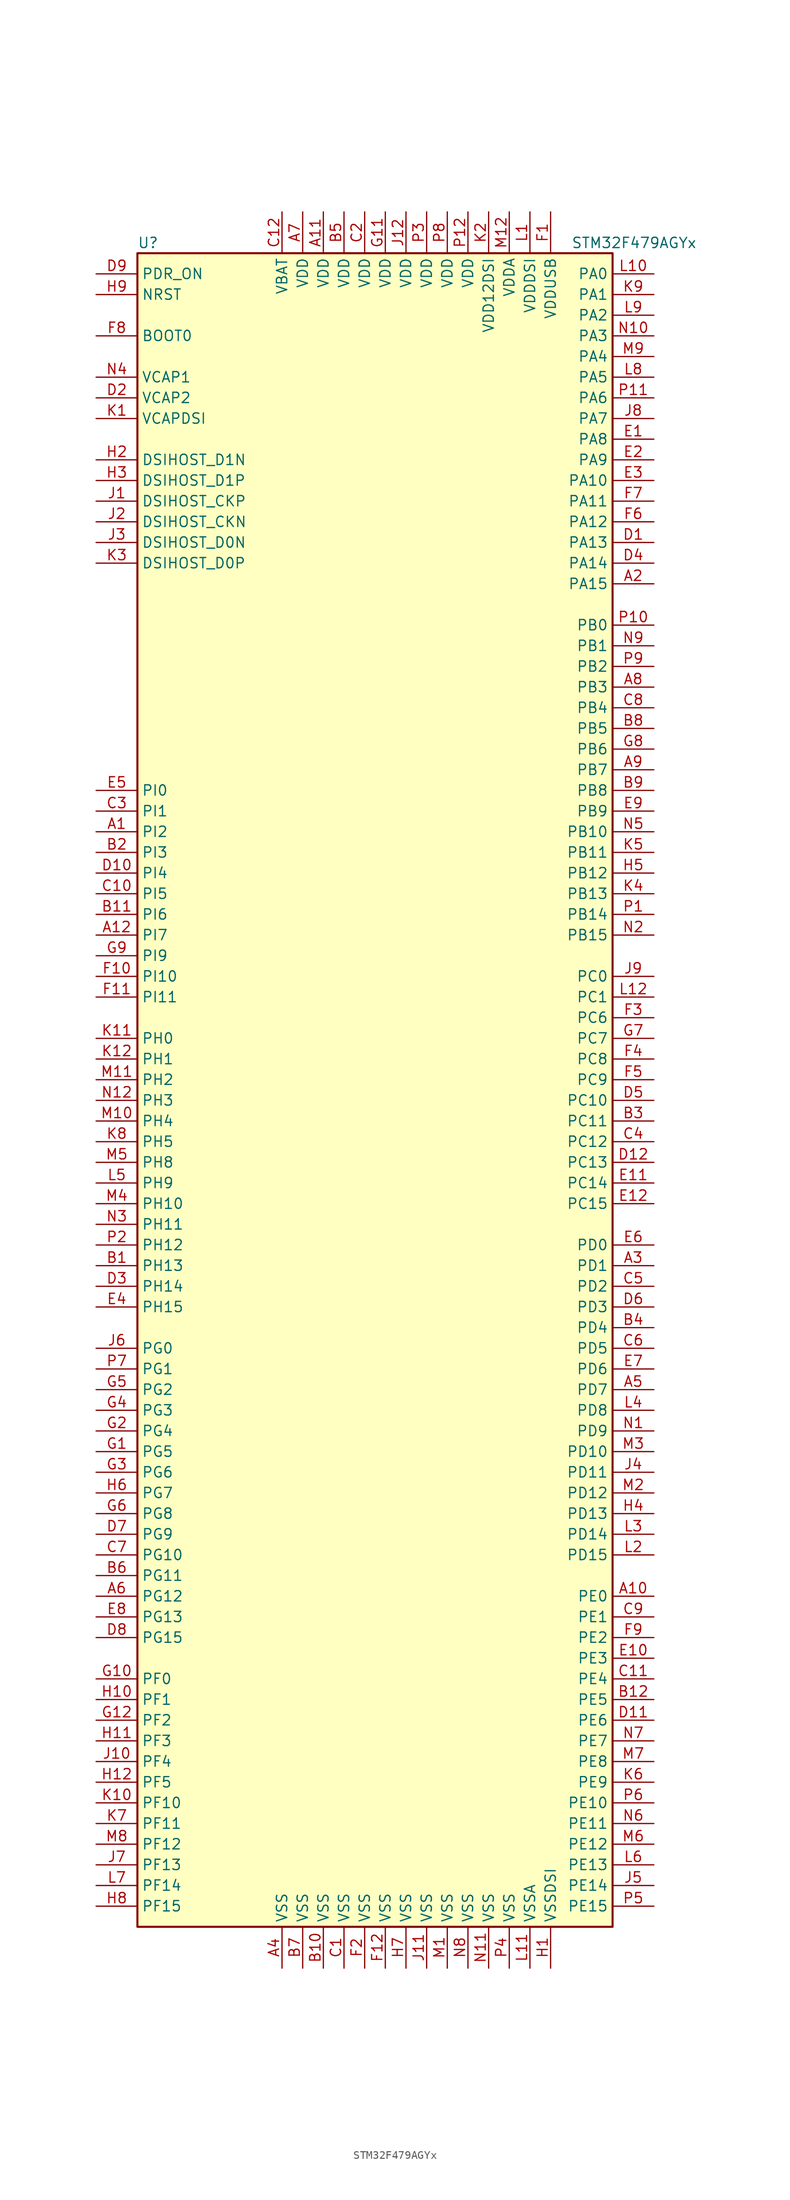
<source format=kicad_sym>
(kicad_symbol_lib
  (version 20201005)
  (generator kicad_symbol_editor)
  (symbol "MCU_ST_STM32F4:STM32F479AGYx"
    (property "Reference" "U"
      (at -30.48 102.87 0)
      (effects (font (size 1.27 1.27)) (justify left)))
    (property "Value" "STM32F479AGYx"
      (at 22.86 102.87 0)
      (effects (font (size 1.27 1.27)) (justify left)))
    (symbol "STM32F479AGYx_0_1"
      (rectangle (start -30.48 -104.14) (end 27.94 101.6) (stroke (width 0.254)) (fill (type background))))
    (symbol "STM32F479AGYx_1_1"
      (pin input line (at -35.56 91.44 0) (length 5.08) (name "BOOT0" (effects (font (size 1.27 1.27)))) (number "F8" (effects (font (size 1.27 1.27)))))
      (pin bidirectional line (at -35.56 68.58 0) (length 5.08) (name "DSIHOST_CKN" (effects (font (size 1.27 1.27)))) (number "J2" (effects (font (size 1.27 1.27)))))
      (pin bidirectional line (at -35.56 71.12 0) (length 5.08) (name "DSIHOST_CKP" (effects (font (size 1.27 1.27)))) (number "J1" (effects (font (size 1.27 1.27)))))
      (pin bidirectional line (at -35.56 66.04 0) (length 5.08) (name "DSIHOST_D0N" (effects (font (size 1.27 1.27)))) (number "J3" (effects (font (size 1.27 1.27)))))
      (pin bidirectional line (at -35.56 63.5 0) (length 5.08) (name "DSIHOST_D0P" (effects (font (size 1.27 1.27)))) (number "K3" (effects (font (size 1.27 1.27)))))
      (pin bidirectional line (at -35.56 76.2 0) (length 5.08) (name "DSIHOST_D1N" (effects (font (size 1.27 1.27)))) (number "H2" (effects (font (size 1.27 1.27)))))
      (pin bidirectional line (at -35.56 73.66 0) (length 5.08) (name "DSIHOST_D1P" (effects (font (size 1.27 1.27)))) (number "H3" (effects (font (size 1.27 1.27)))))
      (pin input line (at -35.56 96.52 0) (length 5.08) (name "NRST" (effects (font (size 1.27 1.27)))) (number "H9" (effects (font (size 1.27 1.27)))))
      (pin bidirectional line (at 33.02 99.06 180) (length 5.08) (name "PA0" (effects (font (size 1.27 1.27)))) (number "L10" (effects (font (size 1.27 1.27)))))
      (pin bidirectional line (at 33.02 96.52 180) (length 5.08) (name "PA1" (effects (font (size 1.27 1.27)))) (number "K9" (effects (font (size 1.27 1.27)))))
      (pin bidirectional line (at 33.02 73.66 180) (length 5.08) (name "PA10" (effects (font (size 1.27 1.27)))) (number "E3" (effects (font (size 1.27 1.27)))))
      (pin bidirectional line (at 33.02 71.12 180) (length 5.08) (name "PA11" (effects (font (size 1.27 1.27)))) (number "F7" (effects (font (size 1.27 1.27)))))
      (pin bidirectional line (at 33.02 68.58 180) (length 5.08) (name "PA12" (effects (font (size 1.27 1.27)))) (number "F6" (effects (font (size 1.27 1.27)))))
      (pin bidirectional line (at 33.02 66.04 180) (length 5.08) (name "PA13" (effects (font (size 1.27 1.27)))) (number "D1" (effects (font (size 1.27 1.27)))))
      (pin bidirectional line (at 33.02 63.5 180) (length 5.08) (name "PA14" (effects (font (size 1.27 1.27)))) (number "D4" (effects (font (size 1.27 1.27)))))
      (pin bidirectional line (at 33.02 60.96 180) (length 5.08) (name "PA15" (effects (font (size 1.27 1.27)))) (number "A2" (effects (font (size 1.27 1.27)))))
      (pin bidirectional line (at 33.02 93.98 180) (length 5.08) (name "PA2" (effects (font (size 1.27 1.27)))) (number "L9" (effects (font (size 1.27 1.27)))))
      (pin bidirectional line (at 33.02 91.44 180) (length 5.08) (name "PA3" (effects (font (size 1.27 1.27)))) (number "N10" (effects (font (size 1.27 1.27)))))
      (pin bidirectional line (at 33.02 88.9 180) (length 5.08) (name "PA4" (effects (font (size 1.27 1.27)))) (number "M9" (effects (font (size 1.27 1.27)))))
      (pin bidirectional line (at 33.02 86.36 180) (length 5.08) (name "PA5" (effects (font (size 1.27 1.27)))) (number "L8" (effects (font (size 1.27 1.27)))))
      (pin bidirectional line (at 33.02 83.82 180) (length 5.08) (name "PA6" (effects (font (size 1.27 1.27)))) (number "P11" (effects (font (size 1.27 1.27)))))
      (pin bidirectional line (at 33.02 81.28 180) (length 5.08) (name "PA7" (effects (font (size 1.27 1.27)))) (number "J8" (effects (font (size 1.27 1.27)))))
      (pin bidirectional line (at 33.02 78.74 180) (length 5.08) (name "PA8" (effects (font (size 1.27 1.27)))) (number "E1" (effects (font (size 1.27 1.27)))))
      (pin bidirectional line (at 33.02 76.2 180) (length 5.08) (name "PA9" (effects (font (size 1.27 1.27)))) (number "E2" (effects (font (size 1.27 1.27)))))
      (pin bidirectional line (at 33.02 55.88 180) (length 5.08) (name "PB0" (effects (font (size 1.27 1.27)))) (number "P10" (effects (font (size 1.27 1.27)))))
      (pin bidirectional line (at 33.02 53.34 180) (length 5.08) (name "PB1" (effects (font (size 1.27 1.27)))) (number "N9" (effects (font (size 1.27 1.27)))))
      (pin bidirectional line (at 33.02 30.48 180) (length 5.08) (name "PB10" (effects (font (size 1.27 1.27)))) (number "N5" (effects (font (size 1.27 1.27)))))
      (pin bidirectional line (at 33.02 27.94 180) (length 5.08) (name "PB11" (effects (font (size 1.27 1.27)))) (number "K5" (effects (font (size 1.27 1.27)))))
      (pin bidirectional line (at 33.02 25.4 180) (length 5.08) (name "PB12" (effects (font (size 1.27 1.27)))) (number "H5" (effects (font (size 1.27 1.27)))))
      (pin bidirectional line (at 33.02 22.86 180) (length 5.08) (name "PB13" (effects (font (size 1.27 1.27)))) (number "K4" (effects (font (size 1.27 1.27)))))
      (pin bidirectional line (at 33.02 20.32 180) (length 5.08) (name "PB14" (effects (font (size 1.27 1.27)))) (number "P1" (effects (font (size 1.27 1.27)))))
      (pin bidirectional line (at 33.02 17.78 180) (length 5.08) (name "PB15" (effects (font (size 1.27 1.27)))) (number "N2" (effects (font (size 1.27 1.27)))))
      (pin bidirectional line (at 33.02 50.8 180) (length 5.08) (name "PB2" (effects (font (size 1.27 1.27)))) (number "P9" (effects (font (size 1.27 1.27)))))
      (pin bidirectional line (at 33.02 48.26 180) (length 5.08) (name "PB3" (effects (font (size 1.27 1.27)))) (number "A8" (effects (font (size 1.27 1.27)))))
      (pin bidirectional line (at 33.02 45.72 180) (length 5.08) (name "PB4" (effects (font (size 1.27 1.27)))) (number "C8" (effects (font (size 1.27 1.27)))))
      (pin bidirectional line (at 33.02 43.18 180) (length 5.08) (name "PB5" (effects (font (size 1.27 1.27)))) (number "B8" (effects (font (size 1.27 1.27)))))
      (pin bidirectional line (at 33.02 40.64 180) (length 5.08) (name "PB6" (effects (font (size 1.27 1.27)))) (number "G8" (effects (font (size 1.27 1.27)))))
      (pin bidirectional line (at 33.02 38.1 180) (length 5.08) (name "PB7" (effects (font (size 1.27 1.27)))) (number "A9" (effects (font (size 1.27 1.27)))))
      (pin bidirectional line (at 33.02 35.56 180) (length 5.08) (name "PB8" (effects (font (size 1.27 1.27)))) (number "B9" (effects (font (size 1.27 1.27)))))
      (pin bidirectional line (at 33.02 33.02 180) (length 5.08) (name "PB9" (effects (font (size 1.27 1.27)))) (number "E9" (effects (font (size 1.27 1.27)))))
      (pin bidirectional line (at 33.02 12.7 180) (length 5.08) (name "PC0" (effects (font (size 1.27 1.27)))) (number "J9" (effects (font (size 1.27 1.27)))))
      (pin bidirectional line (at 33.02 10.16 180) (length 5.08) (name "PC1" (effects (font (size 1.27 1.27)))) (number "L12" (effects (font (size 1.27 1.27)))))
      (pin bidirectional line (at 33.02 -2.54 180) (length 5.08) (name "PC10" (effects (font (size 1.27 1.27)))) (number "D5" (effects (font (size 1.27 1.27)))))
      (pin bidirectional line (at 33.02 -5.08 180) (length 5.08) (name "PC11" (effects (font (size 1.27 1.27)))) (number "B3" (effects (font (size 1.27 1.27)))))
      (pin bidirectional line (at 33.02 -7.62 180) (length 5.08) (name "PC12" (effects (font (size 1.27 1.27)))) (number "C4" (effects (font (size 1.27 1.27)))))
      (pin bidirectional line (at 33.02 -10.16 180) (length 5.08) (name "PC13" (effects (font (size 1.27 1.27)))) (number "D12" (effects (font (size 1.27 1.27)))))
      (pin bidirectional line (at 33.02 -12.7 180) (length 5.08) (name "PC14" (effects (font (size 1.27 1.27)))) (number "E11" (effects (font (size 1.27 1.27)))))
      (pin bidirectional line (at 33.02 -15.24 180) (length 5.08) (name "PC15" (effects (font (size 1.27 1.27)))) (number "E12" (effects (font (size 1.27 1.27)))))
      (pin bidirectional line (at 33.02 7.62 180) (length 5.08) (name "PC6" (effects (font (size 1.27 1.27)))) (number "F3" (effects (font (size 1.27 1.27)))))
      (pin bidirectional line (at 33.02 5.08 180) (length 5.08) (name "PC7" (effects (font (size 1.27 1.27)))) (number "G7" (effects (font (size 1.27 1.27)))))
      (pin bidirectional line (at 33.02 2.54 180) (length 5.08) (name "PC8" (effects (font (size 1.27 1.27)))) (number "F4" (effects (font (size 1.27 1.27)))))
      (pin bidirectional line (at 33.02 0 180) (length 5.08) (name "PC9" (effects (font (size 1.27 1.27)))) (number "F5" (effects (font (size 1.27 1.27)))))
      (pin bidirectional line (at 33.02 -20.32 180) (length 5.08) (name "PD0" (effects (font (size 1.27 1.27)))) (number "E6" (effects (font (size 1.27 1.27)))))
      (pin bidirectional line (at 33.02 -22.86 180) (length 5.08) (name "PD1" (effects (font (size 1.27 1.27)))) (number "A3" (effects (font (size 1.27 1.27)))))
      (pin bidirectional line (at 33.02 -45.72 180) (length 5.08) (name "PD10" (effects (font (size 1.27 1.27)))) (number "M3" (effects (font (size 1.27 1.27)))))
      (pin bidirectional line (at 33.02 -48.26 180) (length 5.08) (name "PD11" (effects (font (size 1.27 1.27)))) (number "J4" (effects (font (size 1.27 1.27)))))
      (pin bidirectional line (at 33.02 -50.8 180) (length 5.08) (name "PD12" (effects (font (size 1.27 1.27)))) (number "M2" (effects (font (size 1.27 1.27)))))
      (pin bidirectional line (at 33.02 -53.34 180) (length 5.08) (name "PD13" (effects (font (size 1.27 1.27)))) (number "H4" (effects (font (size 1.27 1.27)))))
      (pin bidirectional line (at 33.02 -55.88 180) (length 5.08) (name "PD14" (effects (font (size 1.27 1.27)))) (number "L3" (effects (font (size 1.27 1.27)))))
      (pin bidirectional line (at 33.02 -58.42 180) (length 5.08) (name "PD15" (effects (font (size 1.27 1.27)))) (number "L2" (effects (font (size 1.27 1.27)))))
      (pin bidirectional line (at 33.02 -25.4 180) (length 5.08) (name "PD2" (effects (font (size 1.27 1.27)))) (number "C5" (effects (font (size 1.27 1.27)))))
      (pin bidirectional line (at 33.02 -27.94 180) (length 5.08) (name "PD3" (effects (font (size 1.27 1.27)))) (number "D6" (effects (font (size 1.27 1.27)))))
      (pin bidirectional line (at 33.02 -30.48 180) (length 5.08) (name "PD4" (effects (font (size 1.27 1.27)))) (number "B4" (effects (font (size 1.27 1.27)))))
      (pin bidirectional line (at 33.02 -33.02 180) (length 5.08) (name "PD5" (effects (font (size 1.27 1.27)))) (number "C6" (effects (font (size 1.27 1.27)))))
      (pin bidirectional line (at 33.02 -35.56 180) (length 5.08) (name "PD6" (effects (font (size 1.27 1.27)))) (number "E7" (effects (font (size 1.27 1.27)))))
      (pin bidirectional line (at 33.02 -38.1 180) (length 5.08) (name "PD7" (effects (font (size 1.27 1.27)))) (number "A5" (effects (font (size 1.27 1.27)))))
      (pin bidirectional line (at 33.02 -40.64 180) (length 5.08) (name "PD8" (effects (font (size 1.27 1.27)))) (number "L4" (effects (font (size 1.27 1.27)))))
      (pin bidirectional line (at 33.02 -43.18 180) (length 5.08) (name "PD9" (effects (font (size 1.27 1.27)))) (number "N1" (effects (font (size 1.27 1.27)))))
      (pin input line (at -35.56 99.06 0) (length 5.08) (name "PDR_ON" (effects (font (size 1.27 1.27)))) (number "D9" (effects (font (size 1.27 1.27)))))
      (pin bidirectional line (at 33.02 -63.5 180) (length 5.08) (name "PE0" (effects (font (size 1.27 1.27)))) (number "A10" (effects (font (size 1.27 1.27)))))
      (pin bidirectional line (at 33.02 -66.04 180) (length 5.08) (name "PE1" (effects (font (size 1.27 1.27)))) (number "C9" (effects (font (size 1.27 1.27)))))
      (pin bidirectional line (at 33.02 -88.9 180) (length 5.08) (name "PE10" (effects (font (size 1.27 1.27)))) (number "P6" (effects (font (size 1.27 1.27)))))
      (pin bidirectional line (at 33.02 -91.44 180) (length 5.08) (name "PE11" (effects (font (size 1.27 1.27)))) (number "N6" (effects (font (size 1.27 1.27)))))
      (pin bidirectional line (at 33.02 -93.98 180) (length 5.08) (name "PE12" (effects (font (size 1.27 1.27)))) (number "M6" (effects (font (size 1.27 1.27)))))
      (pin bidirectional line (at 33.02 -96.52 180) (length 5.08) (name "PE13" (effects (font (size 1.27 1.27)))) (number "L6" (effects (font (size 1.27 1.27)))))
      (pin bidirectional line (at 33.02 -99.06 180) (length 5.08) (name "PE14" (effects (font (size 1.27 1.27)))) (number "J5" (effects (font (size 1.27 1.27)))))
      (pin bidirectional line (at 33.02 -101.6 180) (length 5.08) (name "PE15" (effects (font (size 1.27 1.27)))) (number "P5" (effects (font (size 1.27 1.27)))))
      (pin bidirectional line (at 33.02 -68.58 180) (length 5.08) (name "PE2" (effects (font (size 1.27 1.27)))) (number "F9" (effects (font (size 1.27 1.27)))))
      (pin bidirectional line (at 33.02 -71.12 180) (length 5.08) (name "PE3" (effects (font (size 1.27 1.27)))) (number "E10" (effects (font (size 1.27 1.27)))))
      (pin bidirectional line (at 33.02 -73.66 180) (length 5.08) (name "PE4" (effects (font (size 1.27 1.27)))) (number "C11" (effects (font (size 1.27 1.27)))))
      (pin bidirectional line (at 33.02 -76.2 180) (length 5.08) (name "PE5" (effects (font (size 1.27 1.27)))) (number "B12" (effects (font (size 1.27 1.27)))))
      (pin bidirectional line (at 33.02 -78.74 180) (length 5.08) (name "PE6" (effects (font (size 1.27 1.27)))) (number "D11" (effects (font (size 1.27 1.27)))))
      (pin bidirectional line (at 33.02 -81.28 180) (length 5.08) (name "PE7" (effects (font (size 1.27 1.27)))) (number "N7" (effects (font (size 1.27 1.27)))))
      (pin bidirectional line (at 33.02 -83.82 180) (length 5.08) (name "PE8" (effects (font (size 1.27 1.27)))) (number "M7" (effects (font (size 1.27 1.27)))))
      (pin bidirectional line (at 33.02 -86.36 180) (length 5.08) (name "PE9" (effects (font (size 1.27 1.27)))) (number "K6" (effects (font (size 1.27 1.27)))))
      (pin bidirectional line (at -35.56 -73.66 0) (length 5.08) (name "PF0" (effects (font (size 1.27 1.27)))) (number "G10" (effects (font (size 1.27 1.27)))))
      (pin bidirectional line (at -35.56 -76.2 0) (length 5.08) (name "PF1" (effects (font (size 1.27 1.27)))) (number "H10" (effects (font (size 1.27 1.27)))))
      (pin bidirectional line (at -35.56 -88.9 0) (length 5.08) (name "PF10" (effects (font (size 1.27 1.27)))) (number "K10" (effects (font (size 1.27 1.27)))))
      (pin bidirectional line (at -35.56 -91.44 0) (length 5.08) (name "PF11" (effects (font (size 1.27 1.27)))) (number "K7" (effects (font (size 1.27 1.27)))))
      (pin bidirectional line (at -35.56 -93.98 0) (length 5.08) (name "PF12" (effects (font (size 1.27 1.27)))) (number "M8" (effects (font (size 1.27 1.27)))))
      (pin bidirectional line (at -35.56 -96.52 0) (length 5.08) (name "PF13" (effects (font (size 1.27 1.27)))) (number "J7" (effects (font (size 1.27 1.27)))))
      (pin bidirectional line (at -35.56 -99.06 0) (length 5.08) (name "PF14" (effects (font (size 1.27 1.27)))) (number "L7" (effects (font (size 1.27 1.27)))))
      (pin bidirectional line (at -35.56 -101.6 0) (length 5.08) (name "PF15" (effects (font (size 1.27 1.27)))) (number "H8" (effects (font (size 1.27 1.27)))))
      (pin bidirectional line (at -35.56 -78.74 0) (length 5.08) (name "PF2" (effects (font (size 1.27 1.27)))) (number "G12" (effects (font (size 1.27 1.27)))))
      (pin bidirectional line (at -35.56 -81.28 0) (length 5.08) (name "PF3" (effects (font (size 1.27 1.27)))) (number "H11" (effects (font (size 1.27 1.27)))))
      (pin bidirectional line (at -35.56 -83.82 0) (length 5.08) (name "PF4" (effects (font (size 1.27 1.27)))) (number "J10" (effects (font (size 1.27 1.27)))))
      (pin bidirectional line (at -35.56 -86.36 0) (length 5.08) (name "PF5" (effects (font (size 1.27 1.27)))) (number "H12" (effects (font (size 1.27 1.27)))))
      (pin bidirectional line (at -35.56 -33.02 0) (length 5.08) (name "PG0" (effects (font (size 1.27 1.27)))) (number "J6" (effects (font (size 1.27 1.27)))))
      (pin bidirectional line (at -35.56 -35.56 0) (length 5.08) (name "PG1" (effects (font (size 1.27 1.27)))) (number "P7" (effects (font (size 1.27 1.27)))))
      (pin bidirectional line (at -35.56 -58.42 0) (length 5.08) (name "PG10" (effects (font (size 1.27 1.27)))) (number "C7" (effects (font (size 1.27 1.27)))))
      (pin bidirectional line (at -35.56 -60.96 0) (length 5.08) (name "PG11" (effects (font (size 1.27 1.27)))) (number "B6" (effects (font (size 1.27 1.27)))))
      (pin bidirectional line (at -35.56 -63.5 0) (length 5.08) (name "PG12" (effects (font (size 1.27 1.27)))) (number "A6" (effects (font (size 1.27 1.27)))))
      (pin bidirectional line (at -35.56 -66.04 0) (length 5.08) (name "PG13" (effects (font (size 1.27 1.27)))) (number "E8" (effects (font (size 1.27 1.27)))))
      (pin bidirectional line (at -35.56 -68.58 0) (length 5.08) (name "PG15" (effects (font (size 1.27 1.27)))) (number "D8" (effects (font (size 1.27 1.27)))))
      (pin bidirectional line (at -35.56 -38.1 0) (length 5.08) (name "PG2" (effects (font (size 1.27 1.27)))) (number "G5" (effects (font (size 1.27 1.27)))))
      (pin bidirectional line (at -35.56 -40.64 0) (length 5.08) (name "PG3" (effects (font (size 1.27 1.27)))) (number "G4" (effects (font (size 1.27 1.27)))))
      (pin bidirectional line (at -35.56 -43.18 0) (length 5.08) (name "PG4" (effects (font (size 1.27 1.27)))) (number "G2" (effects (font (size 1.27 1.27)))))
      (pin bidirectional line (at -35.56 -45.72 0) (length 5.08) (name "PG5" (effects (font (size 1.27 1.27)))) (number "G1" (effects (font (size 1.27 1.27)))))
      (pin bidirectional line (at -35.56 -48.26 0) (length 5.08) (name "PG6" (effects (font (size 1.27 1.27)))) (number "G3" (effects (font (size 1.27 1.27)))))
      (pin bidirectional line (at -35.56 -50.8 0) (length 5.08) (name "PG7" (effects (font (size 1.27 1.27)))) (number "H6" (effects (font (size 1.27 1.27)))))
      (pin bidirectional line (at -35.56 -53.34 0) (length 5.08) (name "PG8" (effects (font (size 1.27 1.27)))) (number "G6" (effects (font (size 1.27 1.27)))))
      (pin bidirectional line (at -35.56 -55.88 0) (length 5.08) (name "PG9" (effects (font (size 1.27 1.27)))) (number "D7" (effects (font (size 1.27 1.27)))))
      (pin input line (at -35.56 5.08 0) (length 5.08) (name "PH0" (effects (font (size 1.27 1.27)))) (number "K11" (effects (font (size 1.27 1.27)))))
      (pin input line (at -35.56 2.54 0) (length 5.08) (name "PH1" (effects (font (size 1.27 1.27)))) (number "K12" (effects (font (size 1.27 1.27)))))
      (pin bidirectional line (at -35.56 -15.24 0) (length 5.08) (name "PH10" (effects (font (size 1.27 1.27)))) (number "M4" (effects (font (size 1.27 1.27)))))
      (pin bidirectional line (at -35.56 -17.78 0) (length 5.08) (name "PH11" (effects (font (size 1.27 1.27)))) (number "N3" (effects (font (size 1.27 1.27)))))
      (pin bidirectional line (at -35.56 -20.32 0) (length 5.08) (name "PH12" (effects (font (size 1.27 1.27)))) (number "P2" (effects (font (size 1.27 1.27)))))
      (pin bidirectional line (at -35.56 -22.86 0) (length 5.08) (name "PH13" (effects (font (size 1.27 1.27)))) (number "B1" (effects (font (size 1.27 1.27)))))
      (pin bidirectional line (at -35.56 -25.4 0) (length 5.08) (name "PH14" (effects (font (size 1.27 1.27)))) (number "D3" (effects (font (size 1.27 1.27)))))
      (pin bidirectional line (at -35.56 -27.94 0) (length 5.08) (name "PH15" (effects (font (size 1.27 1.27)))) (number "E4" (effects (font (size 1.27 1.27)))))
      (pin bidirectional line (at -35.56 0 0) (length 5.08) (name "PH2" (effects (font (size 1.27 1.27)))) (number "M11" (effects (font (size 1.27 1.27)))))
      (pin bidirectional line (at -35.56 -2.54 0) (length 5.08) (name "PH3" (effects (font (size 1.27 1.27)))) (number "N12" (effects (font (size 1.27 1.27)))))
      (pin bidirectional line (at -35.56 -5.08 0) (length 5.08) (name "PH4" (effects (font (size 1.27 1.27)))) (number "M10" (effects (font (size 1.27 1.27)))))
      (pin bidirectional line (at -35.56 -7.62 0) (length 5.08) (name "PH5" (effects (font (size 1.27 1.27)))) (number "K8" (effects (font (size 1.27 1.27)))))
      (pin bidirectional line (at -35.56 -10.16 0) (length 5.08) (name "PH8" (effects (font (size 1.27 1.27)))) (number "M5" (effects (font (size 1.27 1.27)))))
      (pin bidirectional line (at -35.56 -12.7 0) (length 5.08) (name "PH9" (effects (font (size 1.27 1.27)))) (number "L5" (effects (font (size 1.27 1.27)))))
      (pin bidirectional line (at -35.56 35.56 0) (length 5.08) (name "PI0" (effects (font (size 1.27 1.27)))) (number "E5" (effects (font (size 1.27 1.27)))))
      (pin bidirectional line (at -35.56 33.02 0) (length 5.08) (name "PI1" (effects (font (size 1.27 1.27)))) (number "C3" (effects (font (size 1.27 1.27)))))
      (pin bidirectional line (at -35.56 12.7 0) (length 5.08) (name "PI10" (effects (font (size 1.27 1.27)))) (number "F10" (effects (font (size 1.27 1.27)))))
      (pin bidirectional line (at -35.56 10.16 0) (length 5.08) (name "PI11" (effects (font (size 1.27 1.27)))) (number "F11" (effects (font (size 1.27 1.27)))))
      (pin bidirectional line (at -35.56 30.48 0) (length 5.08) (name "PI2" (effects (font (size 1.27 1.27)))) (number "A1" (effects (font (size 1.27 1.27)))))
      (pin bidirectional line (at -35.56 27.94 0) (length 5.08) (name "PI3" (effects (font (size 1.27 1.27)))) (number "B2" (effects (font (size 1.27 1.27)))))
      (pin bidirectional line (at -35.56 25.4 0) (length 5.08) (name "PI4" (effects (font (size 1.27 1.27)))) (number "D10" (effects (font (size 1.27 1.27)))))
      (pin bidirectional line (at -35.56 22.86 0) (length 5.08) (name "PI5" (effects (font (size 1.27 1.27)))) (number "C10" (effects (font (size 1.27 1.27)))))
      (pin bidirectional line (at -35.56 20.32 0) (length 5.08) (name "PI6" (effects (font (size 1.27 1.27)))) (number "B11" (effects (font (size 1.27 1.27)))))
      (pin bidirectional line (at -35.56 17.78 0) (length 5.08) (name "PI7" (effects (font (size 1.27 1.27)))) (number "A12" (effects (font (size 1.27 1.27)))))
      (pin bidirectional line (at -35.56 15.24 0) (length 5.08) (name "PI9" (effects (font (size 1.27 1.27)))) (number "G9" (effects (font (size 1.27 1.27)))))
      (pin power_in line (at -12.7 106.68 270) (length 5.08) (name "VBAT" (effects (font (size 1.27 1.27)))) (number "C12" (effects (font (size 1.27 1.27)))))
      (pin power_in line (at -35.56 86.36 0) (length 5.08) (name "VCAP1" (effects (font (size 1.27 1.27)))) (number "N4" (effects (font (size 1.27 1.27)))))
      (pin power_in line (at -35.56 83.82 0) (length 5.08) (name "VCAP2" (effects (font (size 1.27 1.27)))) (number "D2" (effects (font (size 1.27 1.27)))))
      (pin power_in line (at -35.56 81.28 0) (length 5.08) (name "VCAPDSI" (effects (font (size 1.27 1.27)))) (number "K1" (effects (font (size 1.27 1.27)))))
      (pin power_in line (at -7.62 106.68 270) (length 5.08) (name "VDD" (effects (font (size 1.27 1.27)))) (number "A11" (effects (font (size 1.27 1.27)))))
      (pin power_in line (at -10.16 106.68 270) (length 5.08) (name "VDD" (effects (font (size 1.27 1.27)))) (number "A7" (effects (font (size 1.27 1.27)))))
      (pin power_in line (at -5.08 106.68 270) (length 5.08) (name "VDD" (effects (font (size 1.27 1.27)))) (number "B5" (effects (font (size 1.27 1.27)))))
      (pin power_in line (at -2.54 106.68 270) (length 5.08) (name "VDD" (effects (font (size 1.27 1.27)))) (number "C2" (effects (font (size 1.27 1.27)))))
      (pin power_in line (at 0 106.68 270) (length 5.08) (name "VDD" (effects (font (size 1.27 1.27)))) (number "G11" (effects (font (size 1.27 1.27)))))
      (pin power_in line (at 2.54 106.68 270) (length 5.08) (name "VDD" (effects (font (size 1.27 1.27)))) (number "J12" (effects (font (size 1.27 1.27)))))
      (pin power_in line (at 10.16 106.68 270) (length 5.08) (name "VDD" (effects (font (size 1.27 1.27)))) (number "P12" (effects (font (size 1.27 1.27)))))
      (pin power_in line (at 5.08 106.68 270) (length 5.08) (name "VDD" (effects (font (size 1.27 1.27)))) (number "P3" (effects (font (size 1.27 1.27)))))
      (pin power_in line (at 7.62 106.68 270) (length 5.08) (name "VDD" (effects (font (size 1.27 1.27)))) (number "P8" (effects (font (size 1.27 1.27)))))
      (pin power_in line (at 12.7 106.68 270) (length 5.08) (name "VDD12DSI" (effects (font (size 1.27 1.27)))) (number "K2" (effects (font (size 1.27 1.27)))))
      (pin power_in line (at 15.24 106.68 270) (length 5.08) (name "VDDA" (effects (font (size 1.27 1.27)))) (number "M12" (effects (font (size 1.27 1.27)))))
      (pin power_in line (at 17.78 106.68 270) (length 5.08) (name "VDDDSI" (effects (font (size 1.27 1.27)))) (number "L1" (effects (font (size 1.27 1.27)))))
      (pin power_in line (at 20.32 106.68 270) (length 5.08) (name "VDDUSB" (effects (font (size 1.27 1.27)))) (number "F1" (effects (font (size 1.27 1.27)))))
      (pin power_in line (at -12.7 -109.22 90) (length 5.08) (name "VSS" (effects (font (size 1.27 1.27)))) (number "A4" (effects (font (size 1.27 1.27)))))
      (pin power_in line (at -7.62 -109.22 90) (length 5.08) (name "VSS" (effects (font (size 1.27 1.27)))) (number "B10" (effects (font (size 1.27 1.27)))))
      (pin power_in line (at -10.16 -109.22 90) (length 5.08) (name "VSS" (effects (font (size 1.27 1.27)))) (number "B7" (effects (font (size 1.27 1.27)))))
      (pin power_in line (at -5.08 -109.22 90) (length 5.08) (name "VSS" (effects (font (size 1.27 1.27)))) (number "C1" (effects (font (size 1.27 1.27)))))
      (pin power_in line (at 0 -109.22 90) (length 5.08) (name "VSS" (effects (font (size 1.27 1.27)))) (number "F12" (effects (font (size 1.27 1.27)))))
      (pin power_in line (at -2.54 -109.22 90) (length 5.08) (name "VSS" (effects (font (size 1.27 1.27)))) (number "F2" (effects (font (size 1.27 1.27)))))
      (pin power_in line (at 2.54 -109.22 90) (length 5.08) (name "VSS" (effects (font (size 1.27 1.27)))) (number "H7" (effects (font (size 1.27 1.27)))))
      (pin power_in line (at 5.08 -109.22 90) (length 5.08) (name "VSS" (effects (font (size 1.27 1.27)))) (number "J11" (effects (font (size 1.27 1.27)))))
      (pin power_in line (at 7.62 -109.22 90) (length 5.08) (name "VSS" (effects (font (size 1.27 1.27)))) (number "M1" (effects (font (size 1.27 1.27)))))
      (pin power_in line (at 12.7 -109.22 90) (length 5.08) (name "VSS" (effects (font (size 1.27 1.27)))) (number "N11" (effects (font (size 1.27 1.27)))))
      (pin power_in line (at 10.16 -109.22 90) (length 5.08) (name "VSS" (effects (font (size 1.27 1.27)))) (number "N8" (effects (font (size 1.27 1.27)))))
      (pin power_in line (at 15.24 -109.22 90) (length 5.08) (name "VSS" (effects (font (size 1.27 1.27)))) (number "P4" (effects (font (size 1.27 1.27)))))
      (pin power_in line (at 17.78 -109.22 90) (length 5.08) (name "VSSA" (effects (font (size 1.27 1.27)))) (number "L11" (effects (font (size 1.27 1.27)))))
      (pin power_in line (at 20.32 -109.22 90) (length 5.08) (name "VSSDSI" (effects (font (size 1.27 1.27)))) (number "H1" (effects (font (size 1.27 1.27))))))))
</source>
